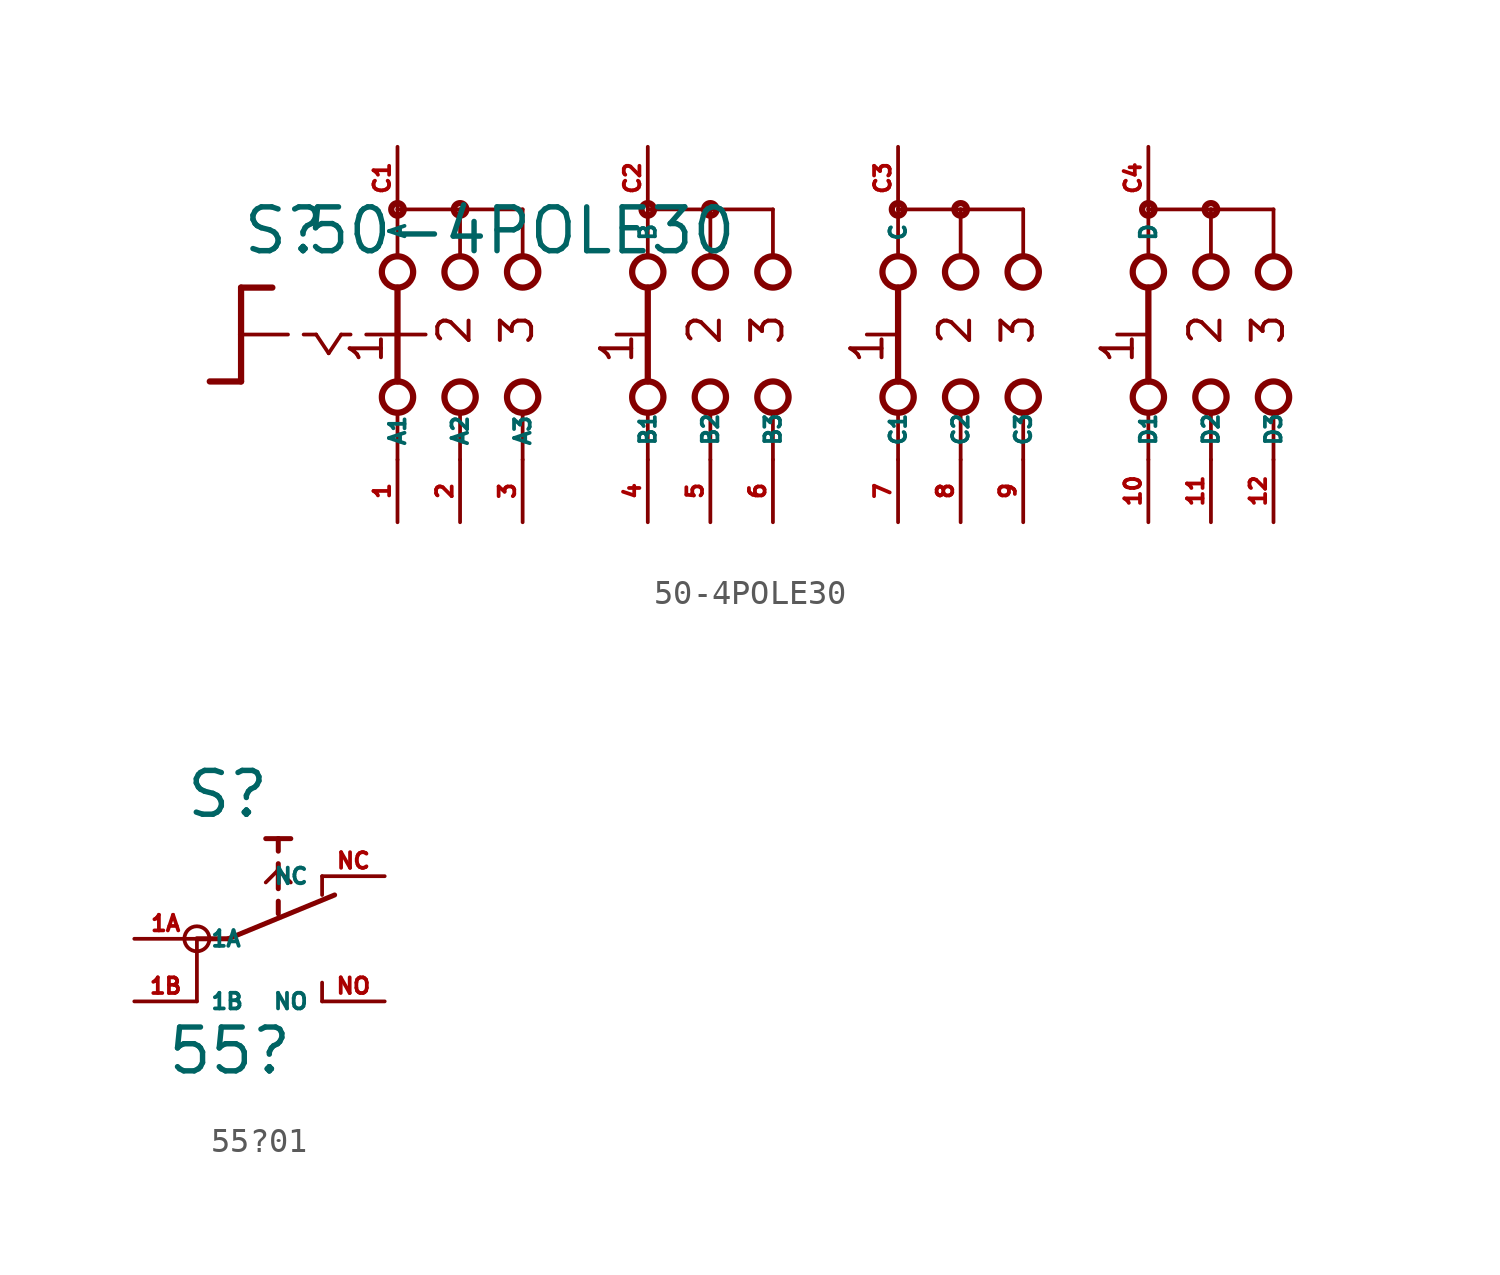
<source format=kicad_sym>
(kicad_symbol_lib
  (version 20220914)
  (generator Eagle2Kicad)
  (symbol "50-4POLE30"
    (property "Reference" "S"
      (at -19.05 3.175 0)
      (effects (font (size 1.778 1.778) (thickness 0.22)) (justify left bottom)))
    (property "Value" "50-4POLE30"
      (at -16.51 3.175 0)
      (effects (font (size 1.778 1.778) (thickness 0.22)) (justify left bottom)))
    (polyline
      (pts (xy -19.05 1.905) (xy -17.78 1.905))
      (stroke (width 0.254) (type default))
      (fill (type none)))
    (polyline
      (pts (xy -19.05 1.905) (xy -19.05 0))
      (stroke (width 0.254) (type default))
      (fill (type none)))
    (polyline
      (pts (xy -19.05 -1.905) (xy -20.32 -1.905))
      (stroke (width 0.254) (type default))
      (fill (type none)))
    (polyline
      (pts (xy -19.05 0) (xy -17.145 0))
      (stroke (width 0.152) (type default))
      (fill (type none)))
    (polyline
      (pts (xy -19.05 0) (xy -19.05 -1.905))
      (stroke (width 0.254) (type default))
      (fill (type none)))
    (polyline
      (pts (xy -16.51 0) (xy -16.002 0))
      (stroke (width 0.152) (type default))
      (fill (type none)))
    (polyline
      (pts (xy -14.986 0) (xy -14.605 0))
      (stroke (width 0.152) (type default))
      (fill (type none)))
    (polyline
      (pts (xy -16.002 0) (xy -15.494 -0.762))
      (stroke (width 0.152) (type default))
      (fill (type none)))
    (polyline
      (pts (xy -15.494 -0.762) (xy -14.986 0))
      (stroke (width 0.152) (type default))
      (fill (type none)))
    (polyline
      (pts (xy 7.62 3.175) (xy 7.62 5.08))
      (stroke (width 0.152) (type default))
      (fill (type none)))
    (polyline
      (pts (xy 7.62 -5.08) (xy 7.62 -3.175))
      (stroke (width 0.152) (type default))
      (fill (type none)))
    (polyline
      (pts (xy 10.16 3.175) (xy 10.16 5.08))
      (stroke (width 0.152) (type default))
      (fill (type none)))
    (polyline
      (pts (xy 12.7 3.175) (xy 12.7 5.08))
      (stroke (width 0.152) (type default))
      (fill (type none)))
    (polyline
      (pts (xy 17.78 3.175) (xy 17.78 5.08))
      (stroke (width 0.152) (type default))
      (fill (type none)))
    (polyline
      (pts (xy 20.32 3.175) (xy 20.32 5.08))
      (stroke (width 0.152) (type default))
      (fill (type none)))
    (polyline
      (pts (xy 22.86 3.175) (xy 22.86 5.08))
      (stroke (width 0.152) (type default))
      (fill (type none)))
    (polyline
      (pts (xy 7.62 5.08) (xy 10.16 5.08))
      (stroke (width 0.152) (type default))
      (fill (type none)))
    (polyline
      (pts (xy 10.16 5.08) (xy 12.7 5.08))
      (stroke (width 0.152) (type default))
      (fill (type none)))
    (polyline
      (pts (xy 17.78 5.08) (xy 20.32 5.08))
      (stroke (width 0.152) (type default))
      (fill (type none)))
    (polyline
      (pts (xy 20.32 5.08) (xy 22.86 5.08))
      (stroke (width 0.152) (type default))
      (fill (type none)))
    (polyline
      (pts (xy 10.16 -5.08) (xy 10.16 -3.175))
      (stroke (width 0.152) (type default))
      (fill (type none)))
    (polyline
      (pts (xy 12.7 -5.08) (xy 12.7 -3.175))
      (stroke (width 0.152) (type default))
      (fill (type none)))
    (polyline
      (pts (xy 17.78 -5.08) (xy 17.78 -3.175))
      (stroke (width 0.152) (type default))
      (fill (type none)))
    (polyline
      (pts (xy 20.32 -5.08) (xy 20.32 -3.175))
      (stroke (width 0.152) (type default))
      (fill (type none)))
    (polyline
      (pts (xy 22.86 -5.08) (xy 22.86 -3.175))
      (stroke (width 0.152) (type default))
      (fill (type none)))
    (polyline
      (pts (xy 7.62 1.905) (xy 7.62 -1.905))
      (stroke (width 0.254) (type default))
      (fill (type none)))
    (polyline
      (pts (xy 6.35 0) (xy 7.493 0))
      (stroke (width 0.152) (type default))
      (fill (type none)))
    (polyline
      (pts (xy 17.78 1.905) (xy 17.78 -1.905))
      (stroke (width 0.254) (type default))
      (fill (type none)))
    (polyline
      (pts (xy 16.51 0) (xy 17.653 0))
      (stroke (width 0.152) (type default))
      (fill (type none)))
    (polyline
      (pts (xy -13.97 0) (xy -12.827 0))
      (stroke (width 0.152) (type default))
      (fill (type none)))
    (polyline
      (pts (xy -10.16 3.175) (xy -10.16 5.08))
      (stroke (width 0.152) (type default))
      (fill (type none)))
    (polyline
      (pts (xy -7.62 3.175) (xy -7.62 5.08))
      (stroke (width 0.152) (type default))
      (fill (type none)))
    (polyline
      (pts (xy -10.16 -5.08) (xy -10.16 -3.175))
      (stroke (width 0.152) (type default))
      (fill (type none)))
    (polyline
      (pts (xy -7.62 -5.08) (xy -7.62 -3.175))
      (stroke (width 0.152) (type default))
      (fill (type none)))
    (polyline
      (pts (xy -7.62 5.08) (xy -10.16 5.08))
      (stroke (width 0.152) (type default))
      (fill (type none)))
    (polyline
      (pts (xy -2.54 -5.08) (xy -2.54 -3.175))
      (stroke (width 0.152) (type default))
      (fill (type none)))
    (polyline
      (pts (xy 0 -5.08) (xy 0 -3.175))
      (stroke (width 0.152) (type default))
      (fill (type none)))
    (polyline
      (pts (xy -2.54 3.175) (xy -2.54 5.08))
      (stroke (width 0.152) (type default))
      (fill (type none)))
    (polyline
      (pts (xy 0 3.175) (xy 0 5.08))
      (stroke (width 0.152) (type default))
      (fill (type none)))
    (polyline
      (pts (xy -2.54 5.08) (xy 0 5.08))
      (stroke (width 0.152) (type default))
      (fill (type none)))
    (polyline
      (pts (xy -12.7 5.08) (xy -12.7 3.175))
      (stroke (width 0.152) (type default))
      (fill (type none)))
    (polyline
      (pts (xy -12.7 1.905) (xy -12.7 0))
      (stroke (width 0.254) (type default))
      (fill (type none)))
    (polyline
      (pts (xy -12.7 -3.175) (xy -12.7 -5.08))
      (stroke (width 0.152) (type default))
      (fill (type none)))
    (polyline
      (pts (xy -10.16 5.08) (xy -12.7 5.08))
      (stroke (width 0.152) (type default))
      (fill (type none)))
    (polyline
      (pts (xy 2.54 3.175) (xy 2.54 5.08))
      (stroke (width 0.152) (type default))
      (fill (type none)))
    (polyline
      (pts (xy 2.54 -5.08) (xy 2.54 -3.175))
      (stroke (width 0.152) (type default))
      (fill (type none)))
    (polyline
      (pts (xy -12.7 0) (xy -11.557 0))
      (stroke (width 0.152) (type default))
      (fill (type none)))
    (polyline
      (pts (xy -12.7 0) (xy -12.7 -1.905))
      (stroke (width 0.254) (type default))
      (fill (type none)))
    (polyline
      (pts (xy -3.81 0) (xy -2.667 0))
      (stroke (width 0.152) (type default))
      (fill (type none)))
    (polyline
      (pts (xy -2.54 1.905) (xy -2.54 -1.905))
      (stroke (width 0.254) (type default))
      (fill (type none)))
    (polyline
      (pts (xy 0 5.08) (xy 2.54 5.08))
      (stroke (width 0.152) (type default))
      (fill (type none)))
    (text "1"
      (at 17.272 -1.27 900)
      (effects (font (size 1.27 1.27) (thickness 0.16)) (justify left bottom)))
    (text "2"
      (at 20.828 -0.508 900)
      (effects (font (size 1.27 1.27) (thickness 0.16)) (justify left bottom)))
    (text "3"
      (at 23.368 -0.508 900)
      (effects (font (size 1.27 1.27) (thickness 0.16)) (justify left bottom)))
    (text "1"
      (at -13.208 -1.27 900)
      (effects (font (size 1.27 1.27) (thickness 0.16)) (justify left bottom)))
    (text "2"
      (at -9.652 -0.508 900)
      (effects (font (size 1.27 1.27) (thickness 0.16)) (justify left bottom)))
    (text "3"
      (at -7.112 -0.508 900)
      (effects (font (size 1.27 1.27) (thickness 0.16)) (justify left bottom)))
    (text "1"
      (at -3.048 -1.27 900)
      (effects (font (size 1.27 1.27) (thickness 0.16)) (justify left bottom)))
    (text "2"
      (at 0.508 -0.508 900)
      (effects (font (size 1.27 1.27) (thickness 0.16)) (justify left bottom)))
    (text "3"
      (at 3.048 -0.508 900)
      (effects (font (size 1.27 1.27) (thickness 0.16)) (justify left bottom)))
    (text "1"
      (at 7.112 -1.27 900)
      (effects (font (size 1.27 1.27) (thickness 0.16)) (justify left bottom)))
    (text "2"
      (at 10.668 -0.508 900)
      (effects (font (size 1.27 1.27) (thickness 0.16)) (justify left bottom)))
    (text "3"
      (at 13.208 -0.508 900)
      (effects (font (size 1.27 1.27) (thickness 0.16)) (justify left bottom)))
    (circle
      (center 7.62 5.08)
      (radius 0.254)
      (stroke (width 0.254) (type default))
      (fill (type none)))
    (circle
      (center 7.62 2.54)
      (radius 0.635)
      (stroke (width 0.254) (type default))
      (fill (type none)))
    (circle
      (center 7.62 -2.54)
      (radius 0.635)
      (stroke (width 0.254) (type default))
      (fill (type none)))
    (circle
      (center 10.16 2.54)
      (radius 0.635)
      (stroke (width 0.254) (type default))
      (fill (type none)))
    (circle
      (center 12.7 2.54)
      (radius 0.635)
      (stroke (width 0.254) (type default))
      (fill (type none)))
    (circle
      (center 17.78 2.54)
      (radius 0.635)
      (stroke (width 0.254) (type default))
      (fill (type none)))
    (circle
      (center 20.32 2.54)
      (radius 0.635)
      (stroke (width 0.254) (type default))
      (fill (type none)))
    (circle
      (center 22.86 2.54)
      (radius 0.635)
      (stroke (width 0.254) (type default))
      (fill (type none)))
    (circle
      (center 10.16 5.08)
      (radius 0.254)
      (stroke (width 0.254) (type default))
      (fill (type none)))
    (circle
      (center 17.78 5.08)
      (radius 0.254)
      (stroke (width 0.254) (type default))
      (fill (type none)))
    (circle
      (center 20.32 5.08)
      (radius 0.254)
      (stroke (width 0.254) (type default))
      (fill (type none)))
    (circle
      (center 10.16 -2.54)
      (radius 0.635)
      (stroke (width 0.254) (type default))
      (fill (type none)))
    (circle
      (center 12.7 -2.54)
      (radius 0.635)
      (stroke (width 0.254) (type default))
      (fill (type none)))
    (circle
      (center 17.78 -2.54)
      (radius 0.635)
      (stroke (width 0.254) (type default))
      (fill (type none)))
    (circle
      (center 20.32 -2.54)
      (radius 0.635)
      (stroke (width 0.254) (type default))
      (fill (type none)))
    (circle
      (center 22.86 -2.54)
      (radius 0.635)
      (stroke (width 0.254) (type default))
      (fill (type none)))
    (circle
      (center -12.7 5.08)
      (radius 0.254)
      (stroke (width 0.254) (type default))
      (fill (type none)))
    (circle
      (center -10.16 5.08)
      (radius 0.254)
      (stroke (width 0.254) (type default))
      (fill (type none)))
    (circle
      (center -12.7 2.54)
      (radius 0.635)
      (stroke (width 0.254) (type default))
      (fill (type none)))
    (circle
      (center -10.16 2.54)
      (radius 0.635)
      (stroke (width 0.254) (type default))
      (fill (type none)))
    (circle
      (center -7.62 2.54)
      (radius 0.635)
      (stroke (width 0.254) (type default))
      (fill (type none)))
    (circle
      (center -12.7 -2.54)
      (radius 0.635)
      (stroke (width 0.254) (type default))
      (fill (type none)))
    (circle
      (center -10.16 -2.54)
      (radius 0.635)
      (stroke (width 0.254) (type default))
      (fill (type none)))
    (circle
      (center -7.62 -2.54)
      (radius 0.635)
      (stroke (width 0.254) (type default))
      (fill (type none)))
    (circle
      (center -2.54 5.08)
      (radius 0.254)
      (stroke (width 0.254) (type default))
      (fill (type none)))
    (circle
      (center -2.54 2.54)
      (radius 0.635)
      (stroke (width 0.254) (type default))
      (fill (type none)))
    (circle
      (center -2.54 -2.54)
      (radius 0.635)
      (stroke (width 0.254) (type default))
      (fill (type none)))
    (circle
      (center 0 2.54)
      (radius 0.635)
      (stroke (width 0.254) (type default))
      (fill (type none)))
    (circle
      (center 0 -2.54)
      (radius 0.635)
      (stroke (width 0.254) (type default))
      (fill (type none)))
    (circle
      (center 2.54 2.54)
      (radius 0.635)
      (stroke (width 0.254) (type default))
      (fill (type none)))
    (circle
      (center 2.54 -2.54)
      (radius 0.635)
      (stroke (width 0.254) (type default))
      (fill (type none)))
    (circle
      (center 0 5.08)
      (radius 0.254)
      (stroke (width 0.254) (type default))
      (fill (type none)))
    (pin passive line
      (at -12.7 -7.62 90)
      (length 2.54)
      (name "A1" (effects (font (size 0.635 0.635) (thickness 0.08)) (justify left bottom)))
      (number "1" (effects (font (size 0.635 0.635) (thickness 0.08)) (justify left bottom))))
    (pin passive line
      (at -12.7 7.62 270)
      (length 2.54)
      (name "A" (effects (font (size 0.635 0.635) (thickness 0.08)) (justify left bottom)))
      (number "C1" (effects (font (size 0.635 0.635) (thickness 0.08)) (justify left bottom))))
    (pin passive line
      (at -10.16 -7.62 90)
      (length 2.54)
      (name "A2" (effects (font (size 0.635 0.635) (thickness 0.08)) (justify left bottom)))
      (number "2" (effects (font (size 0.635 0.635) (thickness 0.08)) (justify left bottom))))
    (pin passive line
      (at -7.62 -7.62 90)
      (length 2.54)
      (name "A3" (effects (font (size 0.635 0.635) (thickness 0.08)) (justify left bottom)))
      (number "3" (effects (font (size 0.635 0.635) (thickness 0.08)) (justify left bottom))))
    (pin passive line
      (at -2.54 -7.62 90)
      (length 2.54)
      (name "B1" (effects (font (size 0.635 0.635) (thickness 0.08)) (justify left bottom)))
      (number "4" (effects (font (size 0.635 0.635) (thickness 0.08)) (justify left bottom))))
    (pin passive line
      (at 0 -7.62 90)
      (length 2.54)
      (name "B2" (effects (font (size 0.635 0.635) (thickness 0.08)) (justify left bottom)))
      (number "5" (effects (font (size 0.635 0.635) (thickness 0.08)) (justify left bottom))))
    (pin passive line
      (at 2.54 -7.62 90)
      (length 2.54)
      (name "B3" (effects (font (size 0.635 0.635) (thickness 0.08)) (justify left bottom)))
      (number "6" (effects (font (size 0.635 0.635) (thickness 0.08)) (justify left bottom))))
    (pin passive line
      (at 7.62 -7.62 90)
      (length 2.54)
      (name "C1" (effects (font (size 0.635 0.635) (thickness 0.08)) (justify left bottom)))
      (number "7" (effects (font (size 0.635 0.635) (thickness 0.08)) (justify left bottom))))
    (pin passive line
      (at 10.16 -7.62 90)
      (length 2.54)
      (name "C2" (effects (font (size 0.635 0.635) (thickness 0.08)) (justify left bottom)))
      (number "8" (effects (font (size 0.635 0.635) (thickness 0.08)) (justify left bottom))))
    (pin passive line
      (at 12.7 -7.62 90)
      (length 2.54)
      (name "C3" (effects (font (size 0.635 0.635) (thickness 0.08)) (justify left bottom)))
      (number "9" (effects (font (size 0.635 0.635) (thickness 0.08)) (justify left bottom))))
    (pin passive line
      (at 17.78 -7.62 90)
      (length 2.54)
      (name "D1" (effects (font (size 0.635 0.635) (thickness 0.08)) (justify left bottom)))
      (number "10" (effects (font (size 0.635 0.635) (thickness 0.08)) (justify left bottom))))
    (pin passive line
      (at 20.32 -7.62 90)
      (length 2.54)
      (name "D2" (effects (font (size 0.635 0.635) (thickness 0.08)) (justify left bottom)))
      (number "11" (effects (font (size 0.635 0.635) (thickness 0.08)) (justify left bottom))))
    (pin passive line
      (at 22.86 -7.62 90)
      (length 2.54)
      (name "D3" (effects (font (size 0.635 0.635) (thickness 0.08)) (justify left bottom)))
      (number "12" (effects (font (size 0.635 0.635) (thickness 0.08)) (justify left bottom))))
    (pin passive line
      (at 7.62 7.62 270)
      (length 2.54)
      (name "C" (effects (font (size 0.635 0.635) (thickness 0.08)) (justify left bottom)))
      (number "C3" (effects (font (size 0.635 0.635) (thickness 0.08)) (justify left bottom))))
    (pin passive line
      (at 17.78 7.62 270)
      (length 2.54)
      (name "D" (effects (font (size 0.635 0.635) (thickness 0.08)) (justify left bottom)))
      (number "C4" (effects (font (size 0.635 0.635) (thickness 0.08)) (justify left bottom))))
    (pin passive line
      (at -2.54 7.62 270)
      (length 2.54)
      (name "B" (effects (font (size 0.635 0.635) (thickness 0.08)) (justify left bottom)))
      (number "C2" (effects (font (size 0.635 0.635) (thickness 0.08)) (justify left bottom)))))
  (symbol "55?01"
    (property "Reference" "S"
      (at -3.048 4.826 0)
      (effects (font (size 1.778 1.778) (thickness 0.22)) (justify left bottom)))
    (property "Value" "55?"
      (at -3.81 -5.588 0)
      (effects (font (size 1.778 1.778) (thickness 0.22)) (justify left bottom)))
    (polyline
      (pts (xy -2.54 0) (xy -2.54 -2.54))
      (stroke (width 0.152) (type default))
      (fill (type none)))
    (polyline
      (pts (xy -1.27 0) (xy 3.048 1.778))
      (stroke (width 0.203) (type default))
      (fill (type none)))
    (polyline
      (pts (xy 0.762 1.016) (xy 0.762 1.524))
      (stroke (width 0.203) (type default))
      (fill (type none)))
    (polyline
      (pts (xy 0.762 2.032) (xy 0.762 2.794))
      (stroke (width 0.203) (type default))
      (fill (type none)))
    (polyline
      (pts (xy 0.762 2.794) (xy 0.762 3.048))
      (stroke (width 0.203) (type default))
      (fill (type none)))
    (polyline
      (pts (xy 0.762 3.556) (xy 0.762 4.064))
      (stroke (width 0.203) (type default))
      (fill (type none)))
    (polyline
      (pts (xy 1.27 4.064) (xy 0.762 4.064))
      (stroke (width 0.203) (type default))
      (fill (type none)))
    (polyline
      (pts (xy 0.762 4.064) (xy 0.254 4.064))
      (stroke (width 0.203) (type default))
      (fill (type none)))
    (polyline
      (pts (xy 0.254 2.286) (xy 0.762 2.794))
      (stroke (width 0.152) (type default))
      (fill (type none)))
    (polyline
      (pts (xy 0.762 2.794) (xy 1.27 2.286))
      (stroke (width 0.152) (type default))
      (fill (type none)))
    (polyline
      (pts (xy -2.54 0) (xy -1.27 0))
      (stroke (width 0.203) (type default))
      (fill (type none)))
    (polyline
      (pts (xy 2.54 -1.778) (xy 2.54 -2.54))
      (stroke (width 0.152) (type default))
      (fill (type none)))
    (polyline
      (pts (xy 2.54 2.54) (xy 2.54 1.778))
      (stroke (width 0.152) (type default))
      (fill (type none)))
    (circle
      (center -2.54 0)
      (radius 0.508)
      (stroke (width 0) (type default))
      (fill (type none)))
    (pin passive line
      (at -5.08 0 0)
      (length 2.54)
      (name "1A" (effects (font (size 0.635 0.635) (thickness 0.08)) (justify left bottom)))
      (number "1A" (effects (font (size 0.635 0.635) (thickness 0.08)) (justify left bottom))))
    (pin passive line
      (at -5.08 -2.54 0)
      (length 2.54)
      (name "1B" (effects (font (size 0.635 0.635) (thickness 0.08)) (justify left bottom)))
      (number "1B" (effects (font (size 0.635 0.635) (thickness 0.08)) (justify left bottom))))
    (pin passive line
      (at 5.08 -2.54 180)
      (length 2.54)
      (name "NO" (effects (font (size 0.635 0.635) (thickness 0.08)) (justify left bottom)))
      (number "NO" (effects (font (size 0.635 0.635) (thickness 0.08)) (justify left bottom))))
    (pin passive line
      (at 5.08 2.54 180)
      (length 2.54)
      (name "NC" (effects (font (size 0.635 0.635) (thickness 0.08)) (justify left bottom)))
      (number "NC" (effects (font (size 0.635 0.635) (thickness 0.08)) (justify left bottom))))))
</source>
